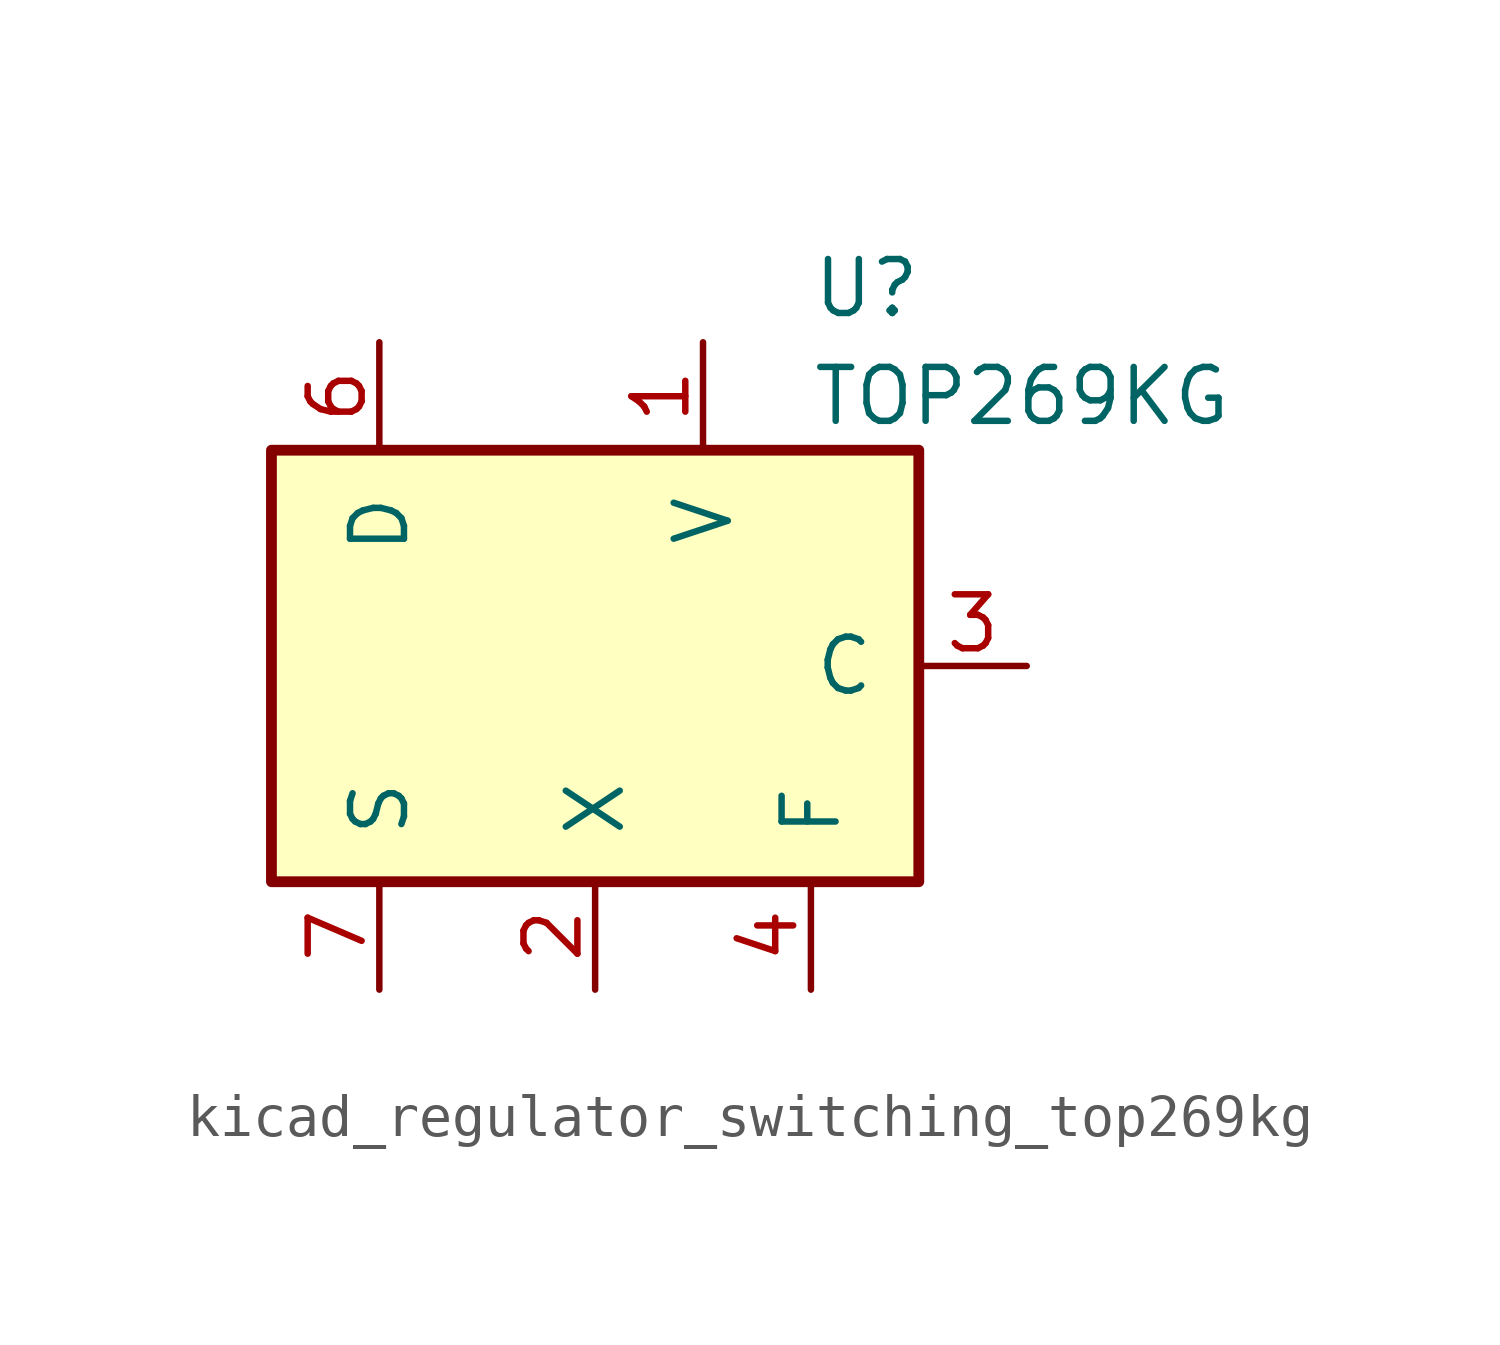
<source format=kicad_sym>
(kicad_symbol_lib
  (version 20220914)
  (generator kicad_symbol_editor)
  (symbol "kicad_regulator_switching_top269kg"
    (pin_names
      (offset 1.016))
    (property "Reference" "U"
      (at 5.08 8.89 0)
      (effects (font (size 1.27 1.27)) (justify left)))
    (property "Value" "TOP269KG"
      (at 5.08 6.35 0)
      (effects (font (size 1.27 1.27)) (justify left)))
    (symbol "kicad_regulator_switching_top269kg_0_1"
      (rectangle (start -7.62 5.08) (end 7.62 -5.08) (stroke (width 0.254) (type default)) (fill (type background))))
    (symbol "kicad_regulator_switching_top269kg_1_1"
      (pin input line (at 2.54 7.62 270) (length 2.54) (name "V" (effects (font (size 1.27 1.27)))) (number "1" (effects (font (size 1.27 1.27)))))
      (pin passive line (at -5.08 -7.62 90) (length 2.54) hide (name "S" (effects (font (size 1.27 1.27)))) (number "10" (effects (font (size 1.27 1.27)))))
      (pin passive line (at -5.08 -7.62 90) (length 2.54) hide (name "S" (effects (font (size 1.27 1.27)))) (number "11" (effects (font (size 1.27 1.27)))))
      (pin passive line (at -5.08 -7.62 90) (length 2.54) hide (name "S" (effects (font (size 1.27 1.27)))) (number "12" (effects (font (size 1.27 1.27)))))
      (pin input line (at 0 -7.62 90) (length 2.54) (name "X" (effects (font (size 1.27 1.27)))) (number "2" (effects (font (size 1.27 1.27)))))
      (pin input line (at 10.16 0 180) (length 2.54) (name "C" (effects (font (size 1.27 1.27)))) (number "3" (effects (font (size 1.27 1.27)))))
      (pin passive line (at 5.08 -7.62 90) (length 2.54) (name "F" (effects (font (size 1.27 1.27)))) (number "4" (effects (font (size 1.27 1.27)))))
      (pin open_collector line (at -5.08 7.62 270) (length 2.54) (name "D" (effects (font (size 1.27 1.27)))) (number "6" (effects (font (size 1.27 1.27)))))
      (pin power_in line (at -5.08 -7.62 90) (length 2.54) (name "S" (effects (font (size 1.27 1.27)))) (number "7" (effects (font (size 1.27 1.27)))))
      (pin passive line (at -5.08 -7.62 90) (length 2.54) hide (name "S" (effects (font (size 1.27 1.27)))) (number "8" (effects (font (size 1.27 1.27)))))
      (pin passive line (at -5.08 -7.62 90) (length 2.54) hide (name "S" (effects (font (size 1.27 1.27)))) (number "9" (effects (font (size 1.27 1.27))))))))
</source>
